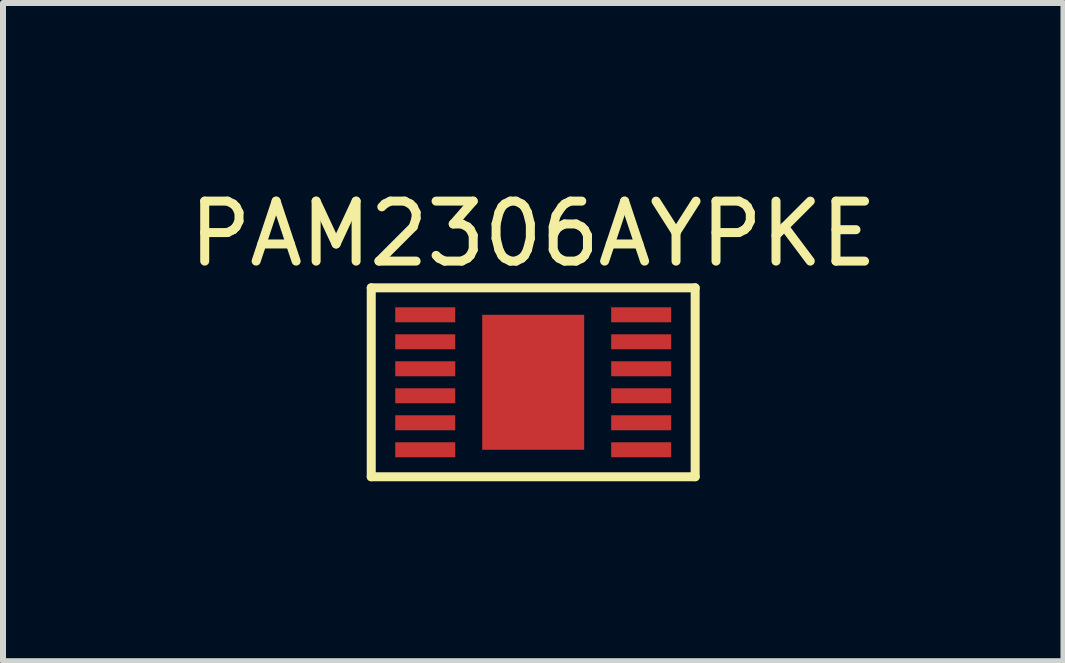
<source format=kicad_pcb>
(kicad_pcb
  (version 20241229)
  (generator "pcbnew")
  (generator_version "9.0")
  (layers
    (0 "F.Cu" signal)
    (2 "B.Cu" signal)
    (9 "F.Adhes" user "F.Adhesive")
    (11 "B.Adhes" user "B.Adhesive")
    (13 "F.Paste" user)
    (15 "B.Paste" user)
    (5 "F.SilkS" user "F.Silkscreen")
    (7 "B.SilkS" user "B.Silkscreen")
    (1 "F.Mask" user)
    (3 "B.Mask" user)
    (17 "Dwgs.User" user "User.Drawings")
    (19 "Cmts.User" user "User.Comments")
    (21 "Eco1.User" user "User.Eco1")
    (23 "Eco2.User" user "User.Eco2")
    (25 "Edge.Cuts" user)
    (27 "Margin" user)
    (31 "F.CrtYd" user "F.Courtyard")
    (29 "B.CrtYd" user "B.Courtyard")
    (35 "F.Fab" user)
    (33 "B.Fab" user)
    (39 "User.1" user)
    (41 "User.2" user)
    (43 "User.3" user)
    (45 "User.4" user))
  (footprint "PAM2306AYPKE"
    (layer "F.Cu")
    (at 5.839 3.548)
    (property "Reference" "PAM2306AYPKE" (at 0 -2.7 0) (layer "F.SilkS") (effects (font (size 1 1) (thickness 0.15))))
    (attr through_hole)
    (fp_line (start -2.7 -1.8) (end -2.7 1.35) (stroke (width 0.15) (type solid)) (layer "F.SilkS"))
    (fp_line (start -2.7 1.35) (end 2.7 1.35) (stroke (width 0.15) (type solid)) (layer "F.SilkS"))
    (fp_line (start 2.7 -1.8) (end -2.7 -1.8) (stroke (width 0.15) (type solid)) (layer "F.SilkS"))
    (fp_line (start 2.7 1.35) (end 2.7 -1.8) (stroke (width 0.15) (type solid)) (layer "F.SilkS"))
    (pad "1" smd rect (at -1.8 -1.35) (size 1 0.25) (layers "F.Cu" "F.Mask" "F.Paste"))
    (pad "2" smd rect (at -1.8 -0.9) (size 1 0.25) (layers "F.Cu" "F.Mask" "F.Paste"))
    (pad "3" smd rect (at -1.8 -0.45) (size 1 0.25) (layers "F.Cu" "F.Mask" "F.Paste"))
    (pad "4" smd rect (at -1.8 0) (size 1 0.25) (layers "F.Cu" "F.Mask" "F.Paste"))
    (pad "5" smd rect (at -1.8 0.45) (size 1 0.25) (layers "F.Cu" "F.Mask" "F.Paste"))
    (pad "6" smd rect (at -1.8 0.9) (size 1 0.25) (layers "F.Cu" "F.Mask" "F.Paste"))
    (pad "7" smd rect (at 1.8 0.9) (size 1 0.25) (layers "F.Cu" "F.Mask" "F.Paste"))
    (pad "8" smd rect (at 1.8 0.45) (size 1 0.25) (layers "F.Cu" "F.Mask" "F.Paste"))
    (pad "9" smd rect (at 1.8 0) (size 1 0.25) (layers "F.Cu" "F.Mask" "F.Paste"))
    (pad "10" smd rect (at 1.8 -0.45) (size 1 0.25) (layers "F.Cu" "F.Mask" "F.Paste"))
    (pad "11" smd rect (at 1.8 -0.9) (size 1 0.25) (layers "F.Cu" "F.Mask" "F.Paste"))
    (pad "12" smd rect (at 1.8 -1.35) (size 1 0.25) (layers "F.Cu" "F.Mask" "F.Paste"))
    (pad "13" smd rect (at 0 -1.35) (size 1.7 2.25) (drill (offset 0 1.125)) (layers "F.Cu" "F.Mask" "F.Paste")))
  (gr_rect
    (start -3 -3)
    (end 14.679 7.973)
    (stroke (width 0.1) (type default))
    (fill no)
    (layer "Edge.Cuts")))
</source>
